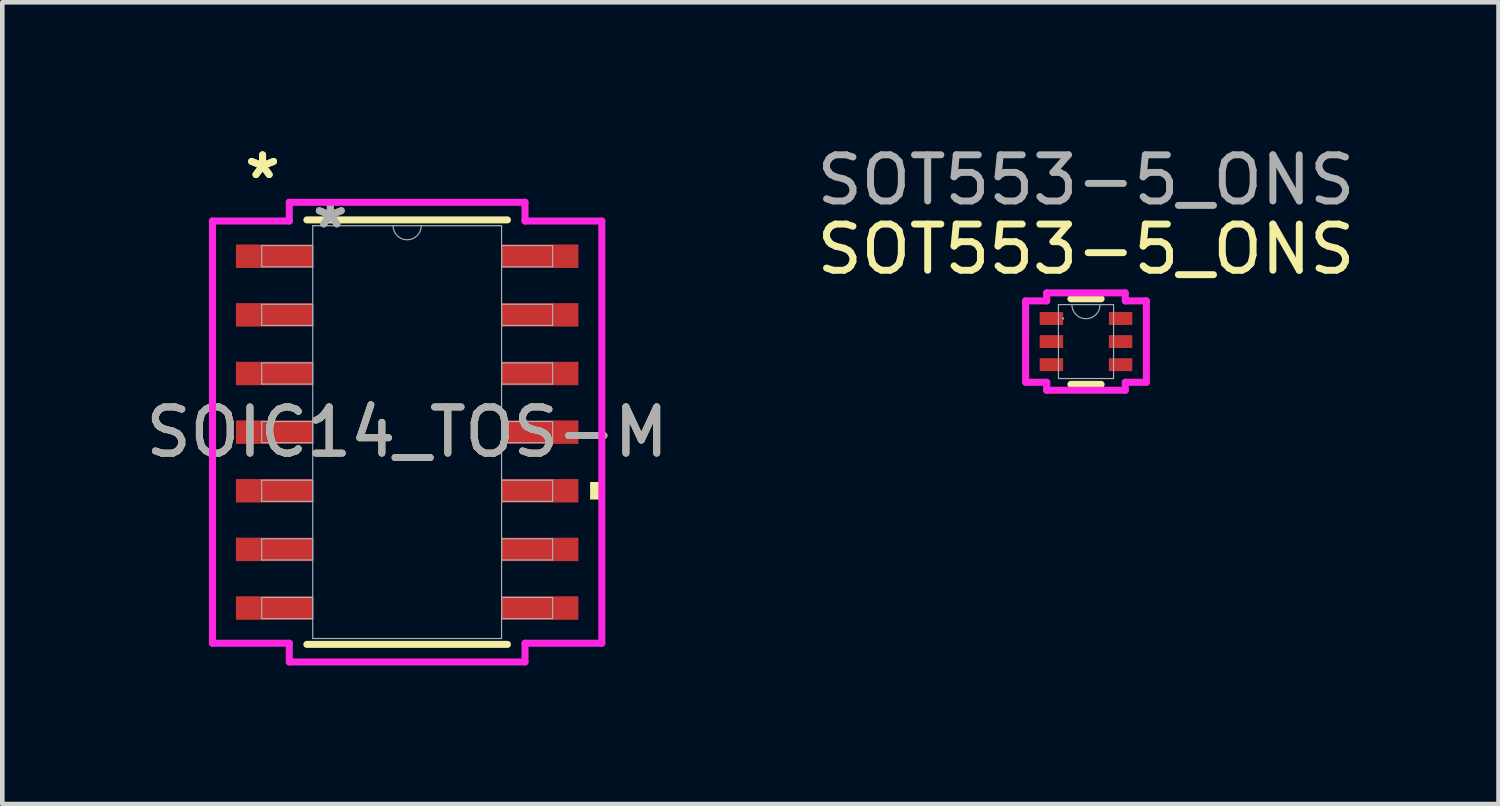
<source format=kicad_pcb>
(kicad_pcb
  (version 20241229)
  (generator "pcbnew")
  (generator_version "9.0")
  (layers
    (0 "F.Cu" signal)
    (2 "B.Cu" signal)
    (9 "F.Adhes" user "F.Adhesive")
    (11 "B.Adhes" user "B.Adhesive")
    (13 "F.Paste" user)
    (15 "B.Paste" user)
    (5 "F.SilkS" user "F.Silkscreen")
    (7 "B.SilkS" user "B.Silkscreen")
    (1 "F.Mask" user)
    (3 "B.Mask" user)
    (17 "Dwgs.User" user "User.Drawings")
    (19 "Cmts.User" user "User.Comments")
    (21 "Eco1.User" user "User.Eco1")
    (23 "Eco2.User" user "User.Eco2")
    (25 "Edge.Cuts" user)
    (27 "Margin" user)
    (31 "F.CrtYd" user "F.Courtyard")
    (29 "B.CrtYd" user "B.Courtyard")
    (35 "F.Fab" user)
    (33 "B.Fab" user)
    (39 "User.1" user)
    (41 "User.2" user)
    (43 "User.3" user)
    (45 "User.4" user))
  (footprint "SOT553-5_ONS"
    (layer "F.Cu")
    (at 20.47 4.348)
    (property "Reference" "SOT553-5_ONS" (at 0 -2 0) (unlocked yes) (layer "F.SilkS") (effects (font (size 1 1) (thickness 0.15))))
    (attr smd)
    (fp_line (start -0.327 0.927) (end 0.327 0.927) (stroke (width 0.152) (type solid)) (layer "F.SilkS"))
    (fp_line (start 0.327 -0.927) (end -0.327 -0.927) (stroke (width 0.152) (type solid)) (layer "F.SilkS"))
    (fp_line (start -1.308 -0.881) (end -0.851 -0.881) (stroke (width 0.152) (type solid)) (layer "F.CrtYd"))
    (fp_line (start -1.308 0.881) (end -1.308 -0.881) (stroke (width 0.152) (type solid)) (layer "F.CrtYd"))
    (fp_line (start -0.851 -1.054) (end 0.851 -1.054) (stroke (width 0.152) (type solid)) (layer "F.CrtYd"))
    (fp_line (start -0.851 -0.881) (end -0.851 -1.054) (stroke (width 0.152) (type solid)) (layer "F.CrtYd"))
    (fp_line (start -0.851 0.881) (end -1.308 0.881) (stroke (width 0.152) (type solid)) (layer "F.CrtYd"))
    (fp_line (start -0.851 1.054) (end -0.851 0.881) (stroke (width 0.152) (type solid)) (layer "F.CrtYd"))
    (fp_line (start 0.851 -1.054) (end 0.851 -0.881) (stroke (width 0.152) (type solid)) (layer "F.CrtYd"))
    (fp_line (start 0.851 -0.881) (end 1.308 -0.881) (stroke (width 0.152) (type solid)) (layer "F.CrtYd"))
    (fp_line (start 0.851 0.881) (end 0.851 1.054) (stroke (width 0.152) (type solid)) (layer "F.CrtYd"))
    (fp_line (start 0.851 1.054) (end -0.851 1.054) (stroke (width 0.152) (type solid)) (layer "F.CrtYd"))
    (fp_line (start 1.308 -0.881) (end 1.308 0.881) (stroke (width 0.152) (type solid)) (layer "F.CrtYd"))
    (fp_line (start 1.308 0.881) (end 0.851 0.881) (stroke (width 0.152) (type solid)) (layer "F.CrtYd"))
    (fp_line (start -0.597 -0.8) (end -0.597 0.8) (stroke (width 0.025) (type solid)) (layer "F.Fab"))
    (fp_line (start -0.597 0.8) (end 0.597 0.8) (stroke (width 0.025) (type solid)) (layer "F.Fab"))
    (fp_line (start 0.597 -0.8) (end -0.597 -0.8) (stroke (width 0.025) (type solid)) (layer "F.Fab"))
    (fp_line (start 0.597 0.8) (end 0.597 -0.8) (stroke (width 0.025) (type solid)) (layer "F.Fab"))
    (fp_arc (start 0.3048 -0.8001) (mid 0 -0.4953) (end -0.3048 -0.8001) (stroke (width 0.0254) (type solid)) (layer "F.Fab"))
    (fp_circle (center -0.495 -0.5) (end -0.495 -0.5) (stroke (width 0.025) (type solid)) (fill no) (layer "F.Fab"))
    (fp_text user "${REFERENCE}" (at 0 -3.5 0) (unlocked yes) (layer "F.Fab") (effects (font (size 1 1) (thickness 0.15))))
    (pad "1" smd rect (at -0.749 -0.5) (size 0.508 0.279) (layers "F.Cu" "F.Mask" "F.Paste"))
    (pad "2" smd rect (at -0.749 0) (size 0.508 0.279) (layers "F.Cu" "F.Mask" "F.Paste"))
    (pad "3" smd rect (at -0.749 0.5) (size 0.508 0.279) (layers "F.Cu" "F.Mask" "F.Paste"))
    (pad "4" smd rect (at 0.749 0.5) (size 0.508 0.279) (layers "F.Cu" "F.Mask" "F.Paste"))
    (pad "5" smd rect (at 0.749 0) (size 0.508 0.279) (layers "F.Cu" "F.Mask" "F.Paste"))
    (pad "6" smd rect (at 0.75 -0.5) (size 0.508 0.279) (layers "F.Cu" "F.Mask" "F.Paste")))
  (footprint "SOIC14_TOS-M"
    (layer "F.Cu")
    (at 5.768 6.309)
    (property "Reference" "SOIC14_TOS-M" (at 0 0 0) (unlocked yes) (layer "F.SilkS") (effects (font (size 1 1) (thickness 0.15))))
    (attr smd)
    (fp_line (start -2.172 4.597) (end 2.172 4.597) (stroke (width 0.152) (type solid)) (layer "F.SilkS"))
    (fp_line (start 2.172 -4.597) (end -2.172 -4.597) (stroke (width 0.152) (type solid)) (layer "F.SilkS"))
    (fp_poly (pts (xy 4.216 1.079) (xy 4.216 1.46) (xy 3.962 1.46) (xy 3.962 1.079)) (stroke (width 0) (type solid)) (fill yes) (layer "F.SilkS"))
    (fp_line (start -4.216 -4.572) (end -2.553 -4.572) (stroke (width 0.152) (type solid)) (layer "F.CrtYd"))
    (fp_line (start -4.216 4.572) (end -4.216 -4.572) (stroke (width 0.152) (type solid)) (layer "F.CrtYd"))
    (fp_line (start -4.216 4.572) (end -2.553 4.572) (stroke (width 0.152) (type solid)) (layer "F.CrtYd"))
    (fp_line (start -2.553 -4.978) (end 2.553 -4.978) (stroke (width 0.152) (type solid)) (layer "F.CrtYd"))
    (fp_line (start -2.553 -4.572) (end -2.553 -4.978) (stroke (width 0.152) (type solid)) (layer "F.CrtYd"))
    (fp_line (start -2.553 4.978) (end -2.553 4.572) (stroke (width 0.152) (type solid)) (layer "F.CrtYd"))
    (fp_line (start 2.553 -4.978) (end 2.553 -4.572) (stroke (width 0.152) (type solid)) (layer "F.CrtYd"))
    (fp_line (start 2.553 4.572) (end 2.553 4.978) (stroke (width 0.152) (type solid)) (layer "F.CrtYd"))
    (fp_line (start 2.553 4.978) (end -2.553 4.978) (stroke (width 0.152) (type solid)) (layer "F.CrtYd"))
    (fp_line (start 4.216 -4.572) (end 2.553 -4.572) (stroke (width 0.152) (type solid)) (layer "F.CrtYd"))
    (fp_line (start 4.216 -4.572) (end 4.216 4.572) (stroke (width 0.152) (type solid)) (layer "F.CrtYd"))
    (fp_line (start 4.216 4.572) (end 2.553 4.572) (stroke (width 0.152) (type solid)) (layer "F.CrtYd"))
    (fp_line (start -3.15 -4.039) (end -3.15 -3.581) (stroke (width 0.025) (type solid)) (layer "F.Fab"))
    (fp_line (start -3.15 -3.581) (end -2.045 -3.581) (stroke (width 0.025) (type solid)) (layer "F.Fab"))
    (fp_line (start -3.15 -2.769) (end -3.15 -2.311) (stroke (width 0.025) (type solid)) (layer "F.Fab"))
    (fp_line (start -3.15 -2.311) (end -2.045 -2.311) (stroke (width 0.025) (type solid)) (layer "F.Fab"))
    (fp_line (start -3.15 -1.499) (end -3.15 -1.041) (stroke (width 0.025) (type solid)) (layer "F.Fab"))
    (fp_line (start -3.15 -1.041) (end -2.045 -1.041) (stroke (width 0.025) (type solid)) (layer "F.Fab"))
    (fp_line (start -3.15 -0.229) (end -3.15 0.229) (stroke (width 0.025) (type solid)) (layer "F.Fab"))
    (fp_line (start -3.15 0.229) (end -2.045 0.229) (stroke (width 0.025) (type solid)) (layer "F.Fab"))
    (fp_line (start -3.15 1.041) (end -3.15 1.499) (stroke (width 0.025) (type solid)) (layer "F.Fab"))
    (fp_line (start -3.15 1.499) (end -2.045 1.499) (stroke (width 0.025) (type solid)) (layer "F.Fab"))
    (fp_line (start -3.15 2.311) (end -3.15 2.769) (stroke (width 0.025) (type solid)) (layer "F.Fab"))
    (fp_line (start -3.15 2.769) (end -2.045 2.769) (stroke (width 0.025) (type solid)) (layer "F.Fab"))
    (fp_line (start -3.15 3.581) (end -3.15 4.039) (stroke (width 0.025) (type solid)) (layer "F.Fab"))
    (fp_line (start -3.15 4.039) (end -2.045 4.039) (stroke (width 0.025) (type solid)) (layer "F.Fab"))
    (fp_line (start -2.045 -4.47) (end -2.045 4.47) (stroke (width 0.025) (type solid)) (layer "F.Fab"))
    (fp_line (start -2.045 -4.039) (end -3.15 -4.039) (stroke (width 0.025) (type solid)) (layer "F.Fab"))
    (fp_line (start -2.045 -3.581) (end -2.045 -4.039) (stroke (width 0.025) (type solid)) (layer "F.Fab"))
    (fp_line (start -2.045 -2.769) (end -3.15 -2.769) (stroke (width 0.025) (type solid)) (layer "F.Fab"))
    (fp_line (start -2.045 -2.311) (end -2.045 -2.769) (stroke (width 0.025) (type solid)) (layer "F.Fab"))
    (fp_line (start -2.045 -1.499) (end -3.15 -1.499) (stroke (width 0.025) (type solid)) (layer "F.Fab"))
    (fp_line (start -2.045 -1.041) (end -2.045 -1.499) (stroke (width 0.025) (type solid)) (layer "F.Fab"))
    (fp_line (start -2.045 -0.229) (end -3.15 -0.229) (stroke (width 0.025) (type solid)) (layer "F.Fab"))
    (fp_line (start -2.045 0.229) (end -2.045 -0.229) (stroke (width 0.025) (type solid)) (layer "F.Fab"))
    (fp_line (start -2.045 1.041) (end -3.15 1.041) (stroke (width 0.025) (type solid)) (layer "F.Fab"))
    (fp_line (start -2.045 1.499) (end -2.045 1.041) (stroke (width 0.025) (type solid)) (layer "F.Fab"))
    (fp_line (start -2.045 2.311) (end -3.15 2.311) (stroke (width 0.025) (type solid)) (layer "F.Fab"))
    (fp_line (start -2.045 2.769) (end -2.045 2.311) (stroke (width 0.025) (type solid)) (layer "F.Fab"))
    (fp_line (start -2.045 3.581) (end -3.15 3.581) (stroke (width 0.025) (type solid)) (layer "F.Fab"))
    (fp_line (start -2.045 4.039) (end -2.045 3.581) (stroke (width 0.025) (type solid)) (layer "F.Fab"))
    (fp_line (start -2.045 4.47) (end 2.045 4.47) (stroke (width 0.025) (type solid)) (layer "F.Fab"))
    (fp_line (start 2.045 -4.47) (end -2.045 -4.47) (stroke (width 0.025) (type solid)) (layer "F.Fab"))
    (fp_line (start 2.045 -4.039) (end 2.045 -3.581) (stroke (width 0.025) (type solid)) (layer "F.Fab"))
    (fp_line (start 2.045 -3.581) (end 3.15 -3.581) (stroke (width 0.025) (type solid)) (layer "F.Fab"))
    (fp_line (start 2.045 -2.769) (end 2.045 -2.311) (stroke (width 0.025) (type solid)) (layer "F.Fab"))
    (fp_line (start 2.045 -2.311) (end 3.15 -2.311) (stroke (width 0.025) (type solid)) (layer "F.Fab"))
    (fp_line (start 2.045 -1.499) (end 2.045 -1.041) (stroke (width 0.025) (type solid)) (layer "F.Fab"))
    (fp_line (start 2.045 -1.041) (end 3.15 -1.041) (stroke (width 0.025) (type solid)) (layer "F.Fab"))
    (fp_line (start 2.045 -0.229) (end 2.045 0.229) (stroke (width 0.025) (type solid)) (layer "F.Fab"))
    (fp_line (start 2.045 0.229) (end 3.15 0.229) (stroke (width 0.025) (type solid)) (layer "F.Fab"))
    (fp_line (start 2.045 1.041) (end 2.045 1.499) (stroke (width 0.025) (type solid)) (layer "F.Fab"))
    (fp_line (start 2.045 1.499) (end 3.15 1.499) (stroke (width 0.025) (type solid)) (layer "F.Fab"))
    (fp_line (start 2.045 2.311) (end 2.045 2.769) (stroke (width 0.025) (type solid)) (layer "F.Fab"))
    (fp_line (start 2.045 2.769) (end 3.15 2.769) (stroke (width 0.025) (type solid)) (layer "F.Fab"))
    (fp_line (start 2.045 3.581) (end 2.045 4.039) (stroke (width 0.025) (type solid)) (layer "F.Fab"))
    (fp_line (start 2.045 4.039) (end 3.15 4.039) (stroke (width 0.025) (type solid)) (layer "F.Fab"))
    (fp_line (start 2.045 4.47) (end 2.045 -4.47) (stroke (width 0.025) (type solid)) (layer "F.Fab"))
    (fp_line (start 3.15 -4.039) (end 2.045 -4.039) (stroke (width 0.025) (type solid)) (layer "F.Fab"))
    (fp_line (start 3.15 -3.581) (end 3.15 -4.039) (stroke (width 0.025) (type solid)) (layer "F.Fab"))
    (fp_line (start 3.15 -2.769) (end 2.045 -2.769) (stroke (width 0.025) (type solid)) (layer "F.Fab"))
    (fp_line (start 3.15 -2.311) (end 3.15 -2.769) (stroke (width 0.025) (type solid)) (layer "F.Fab"))
    (fp_line (start 3.15 -1.499) (end 2.045 -1.499) (stroke (width 0.025) (type solid)) (layer "F.Fab"))
    (fp_line (start 3.15 -1.041) (end 3.15 -1.499) (stroke (width 0.025) (type solid)) (layer "F.Fab"))
    (fp_line (start 3.15 -0.229) (end 2.045 -0.229) (stroke (width 0.025) (type solid)) (layer "F.Fab"))
    (fp_line (start 3.15 0.229) (end 3.15 -0.229) (stroke (width 0.025) (type solid)) (layer "F.Fab"))
    (fp_line (start 3.15 1.041) (end 2.045 1.041) (stroke (width 0.025) (type solid)) (layer "F.Fab"))
    (fp_line (start 3.15 1.499) (end 3.15 1.041) (stroke (width 0.025) (type solid)) (layer "F.Fab"))
    (fp_line (start 3.15 2.311) (end 2.045 2.311) (stroke (width 0.025) (type solid)) (layer "F.Fab"))
    (fp_line (start 3.15 2.769) (end 3.15 2.311) (stroke (width 0.025) (type solid)) (layer "F.Fab"))
    (fp_line (start 3.15 3.581) (end 2.045 3.581) (stroke (width 0.025) (type solid)) (layer "F.Fab"))
    (fp_line (start 3.15 4.039) (end 3.15 3.581) (stroke (width 0.025) (type solid)) (layer "F.Fab"))
    (fp_arc (start 0.3048 -4.4704) (mid 0 -4.1656) (end -0.3048 -4.4704) (stroke (width 0.0254) (type solid)) (layer "F.Fab"))
    (fp_text user "*" (at -3.131 -5.461 0) (layer "F.SilkS") (effects (font (size 1 1) (thickness 0.15))))
    (fp_text user "*" (at -3.131 -5.461 0) (unlocked yes) (layer "F.SilkS") (effects (font (size 1 1) (thickness 0.15))))
    (fp_text user "*" (at -1.664 -4.394 0) (layer "F.Fab") (effects (font (size 1 1) (thickness 0.15))))
    (fp_text user "*" (at -1.664 -4.394 0) (unlocked yes) (layer "F.Fab") (effects (font (size 1 1) (thickness 0.15))))
    (fp_text user "${REFERENCE}" (at 0 0 0) (unlocked yes) (layer "F.Fab") (effects (font (size 1 1) (thickness 0.15))))
    (pad "1" smd rect (at -2.877 -3.81) (size 1.664 0.508) (layers "F.Cu" "F.Mask" "F.Paste"))
    (pad "2" smd rect (at -2.877 -2.54) (size 1.664 0.508) (layers "F.Cu" "F.Mask" "F.Paste"))
    (pad "3" smd rect (at -2.877 -1.27) (size 1.664 0.508) (layers "F.Cu" "F.Mask" "F.Paste"))
    (pad "4" smd rect (at -2.877 0) (size 1.664 0.508) (layers "F.Cu" "F.Mask" "F.Paste"))
    (pad "5" smd rect (at -2.877 1.27) (size 1.664 0.508) (layers "F.Cu" "F.Mask" "F.Paste"))
    (pad "6" smd rect (at -2.877 2.54) (size 1.664 0.508) (layers "F.Cu" "F.Mask" "F.Paste"))
    (pad "7" smd rect (at -2.877 3.81) (size 1.664 0.508) (layers "F.Cu" "F.Mask" "F.Paste"))
    (pad "8" smd rect (at 2.877 3.81) (size 1.664 0.508) (layers "F.Cu" "F.Mask" "F.Paste"))
    (pad "9" smd rect (at 2.877 2.54) (size 1.664 0.508) (layers "F.Cu" "F.Mask" "F.Paste"))
    (pad "10" smd rect (at 2.877 1.27) (size 1.664 0.508) (layers "F.Cu" "F.Mask" "F.Paste"))
    (pad "11" smd rect (at 2.877 0) (size 1.664 0.508) (layers "F.Cu" "F.Mask" "F.Paste"))
    (pad "12" smd rect (at 2.877 -1.27) (size 1.664 0.508) (layers "F.Cu" "F.Mask" "F.Paste"))
    (pad "13" smd rect (at 2.877 -2.54) (size 1.664 0.508) (layers "F.Cu" "F.Mask" "F.Paste"))
    (pad "14" smd rect (at 2.877 -3.81) (size 1.664 0.508) (layers "F.Cu" "F.Mask" "F.Paste")))
  (gr_rect
    (start -3 -3)
    (end 29.405 14.364)
    (stroke (width 0.1) (type default))
    (fill no)
    (layer "Edge.Cuts")))
</source>
